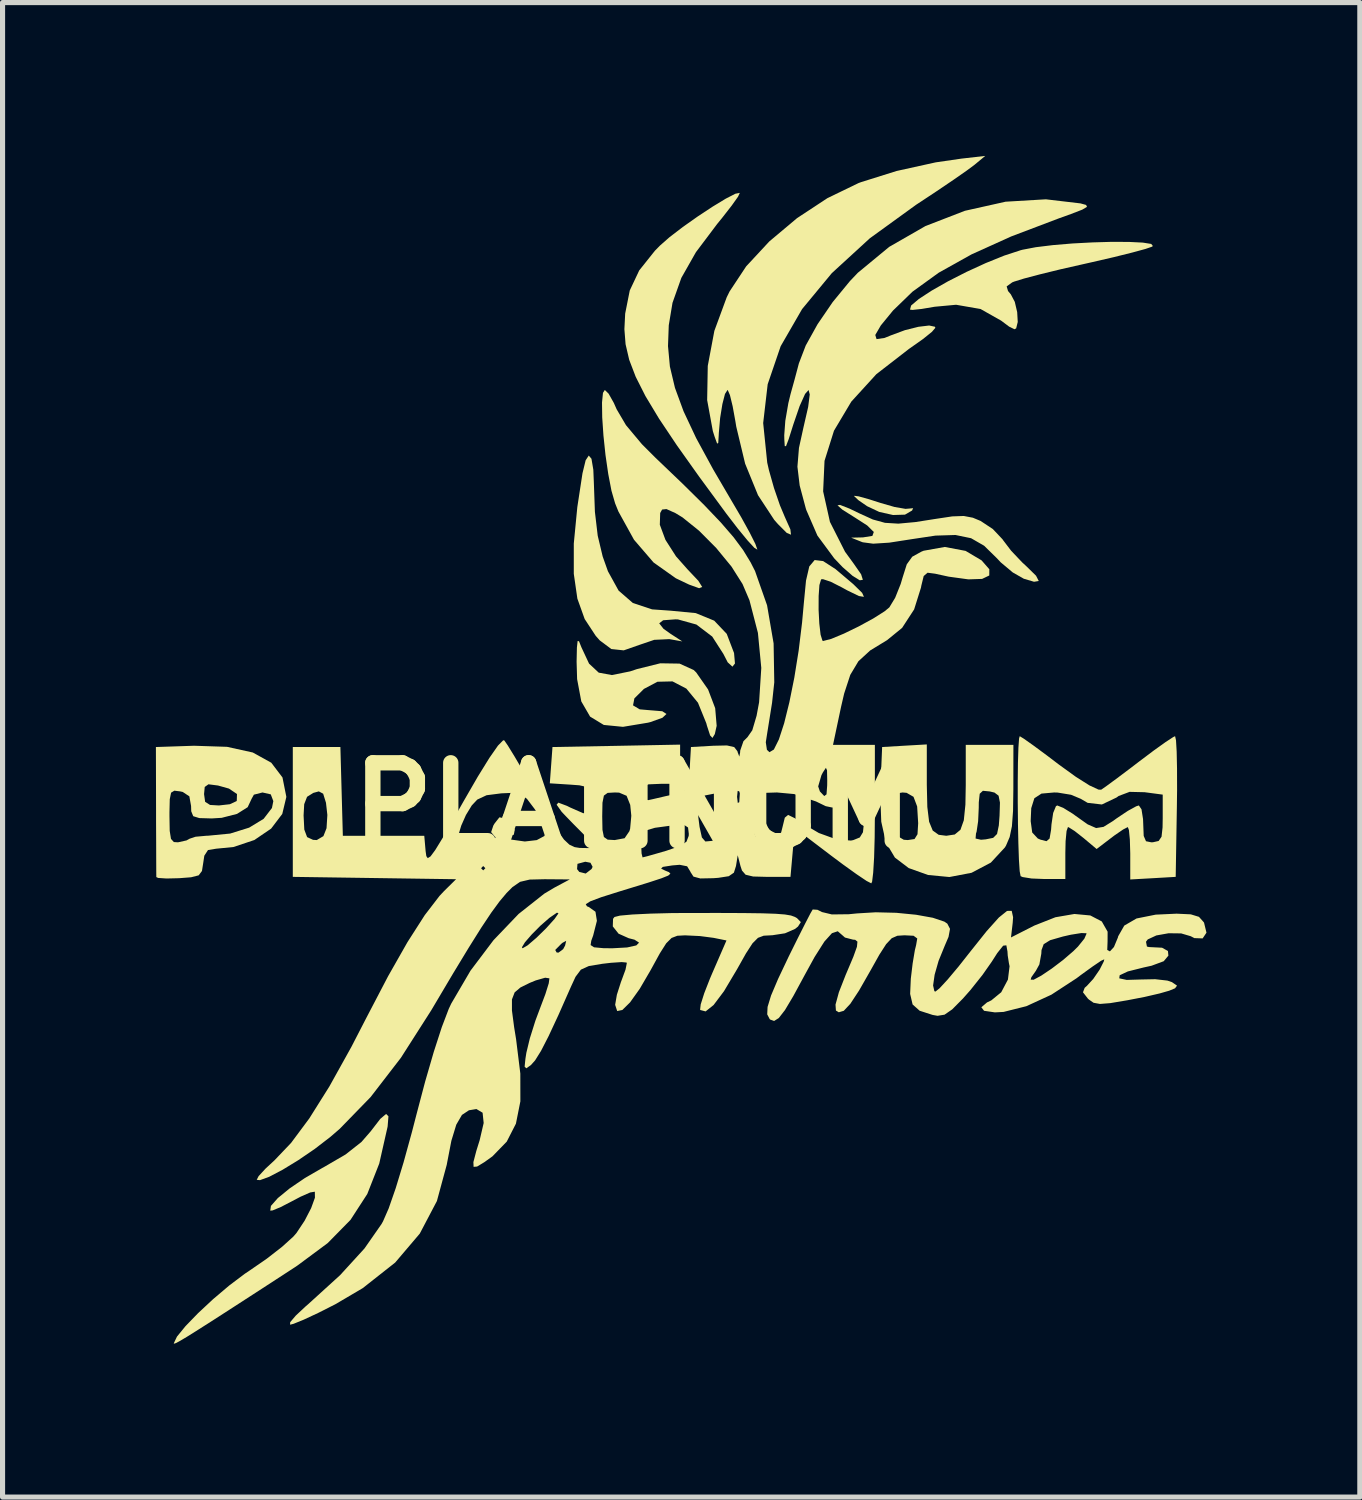
<source format=kicad_pcb>
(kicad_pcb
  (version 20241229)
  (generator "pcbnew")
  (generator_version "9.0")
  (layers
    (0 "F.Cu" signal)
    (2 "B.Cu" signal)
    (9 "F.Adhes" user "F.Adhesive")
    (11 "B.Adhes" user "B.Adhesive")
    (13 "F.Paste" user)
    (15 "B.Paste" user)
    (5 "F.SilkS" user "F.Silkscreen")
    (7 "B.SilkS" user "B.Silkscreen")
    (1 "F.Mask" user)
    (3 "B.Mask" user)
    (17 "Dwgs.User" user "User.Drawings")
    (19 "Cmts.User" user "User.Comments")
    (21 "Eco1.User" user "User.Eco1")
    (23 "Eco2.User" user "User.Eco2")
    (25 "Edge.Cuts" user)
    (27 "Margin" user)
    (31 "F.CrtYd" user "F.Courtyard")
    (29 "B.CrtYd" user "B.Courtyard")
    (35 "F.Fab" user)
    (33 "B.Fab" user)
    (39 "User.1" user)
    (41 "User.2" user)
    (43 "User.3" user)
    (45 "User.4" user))
  (footprint "PLATINUM"
    (layer "F.Cu")
    (at 9.324 12.707)
    (property "Reference" "PLATINUM" (at 0 0 0) (layer "F.SilkS") (effects (font (size 1.524 1.524) (thickness 0.3))))
    (attr board_only exclude_from_pos_files exclude_from_bom)
    (fp_poly (pts (xy 4.149 0.635) (xy 4.106 0.677) (xy 4.064 0.635) (xy 4.106 0.593)) (stroke (width 0) (type solid)) (fill yes) (layer "F.SilkS"))
    (fp_poly (pts (xy 4.423 -6.047) (xy 4.624 -5.991) (xy 4.852 -5.918) (xy 5.126 -5.839) (xy 5.341 -5.802) (xy 5.436 -5.81) (xy 5.489 -5.816) (xy 5.469 -5.77) (xy 5.33 -5.689) (xy 5.096 -5.682) (xy 4.825 -5.743) (xy 4.59 -5.854) (xy 4.419 -5.972) (xy 4.337 -6.049) (xy 4.336 -6.058)) (stroke (width 0) (type solid)) (fill yes) (layer "F.SilkS"))
    (fp_poly (pts (xy -1.047 -3.212) (xy -0.999 -3.092) (xy -0.998 -3.09) (xy -0.85 -2.774) (xy -0.661 -2.598) (xy -0.403 -2.551) (xy -0.047 -2.623) (xy 0.085 -2.667) (xy 0.543 -2.781) (xy 0.92 -2.775) (xy 1.196 -2.65) (xy 1.245 -2.603) (xy 1.478 -2.269) (xy 1.617 -1.903) (xy 1.646 -1.558) (xy 1.61 -1.397) (xy 1.564 -1.321) (xy 1.518 -1.37) (xy 1.455 -1.563) (xy 1.443 -1.609) (xy 1.28 -2.01) (xy 1.053 -2.286) (xy 0.782 -2.427) (xy 0.488 -2.42) (xy 0.223 -2.28) (xy 0.036 -2.094) (xy 0.01 -1.958) (xy 0.141 -1.88) (xy 0.339 -1.863) (xy 0.582 -1.843) (xy 0.664 -1.79) (xy 0.586 -1.716) (xy 0.35 -1.631) (xy 0.301 -1.619) (xy -0.187 -1.538) (xy -0.562 -1.575) (xy -0.83 -1.738) (xy -1.002 -2.035) (xy -1.084 -2.471) (xy -1.094 -2.812) (xy -1.088 -3.09) (xy -1.074 -3.217)) (stroke (width 0) (type solid)) (fill yes) (layer "F.SilkS"))
    (fp_poly (pts (xy 4.245 -5.807) (xy 4.442 -5.712) (xy 4.702 -5.594) (xy 4.939 -5.529) (xy 5.2 -5.513) (xy 5.534 -5.544) (xy 5.923 -5.605) (xy 6.255 -5.655) (xy 6.48 -5.663) (xy 6.658 -5.629) (xy 6.809 -5.566) (xy 7.049 -5.407) (xy 7.237 -5.208) (xy 7.25 -5.189) (xy 7.406 -4.984) (xy 7.623 -4.755) (xy 7.698 -4.686) (xy 7.894 -4.494) (xy 7.947 -4.391) (xy 7.855 -4.376) (xy 7.655 -4.435) (xy 7.439 -4.558) (xy 7.203 -4.756) (xy 7.122 -4.842) (xy 6.878 -5.081) (xy 6.623 -5.228) (xy 6.318 -5.291) (xy 5.927 -5.279) (xy 5.473 -5.211) (xy 5.022 -5.141) (xy 4.708 -5.121) (xy 4.506 -5.148) (xy 4.485 -5.155) (xy 4.276 -5.239) (xy 4.508 -5.244) (xy 4.692 -5.273) (xy 4.72 -5.35) (xy 4.59 -5.478) (xy 4.354 -5.63) (xy 4.106 -5.786) (xy 4.01 -5.871) (xy 4.058 -5.88)) (stroke (width 0) (type solid)) (fill yes) (layer "F.SilkS"))
    (fp_poly (pts (xy -0.803 -6.782) (xy -0.767 -6.568) (xy -0.757 -6.329) (xy -0.736 -5.745) (xy -0.681 -5.277) (xy -0.584 -4.871) (xy -0.481 -4.581) (xy -0.273 -4.204) (xy 0.006 -3.961) (xy 0.383 -3.836) (xy 0.748 -3.81) (xy 1.237 -3.763) (xy 1.598 -3.615) (xy 1.843 -3.357) (xy 1.986 -2.982) (xy 2.004 -2.777) (xy 1.955 -2.715) (xy 1.862 -2.8) (xy 1.777 -2.965) (xy 1.559 -3.304) (xy 1.25 -3.539) (xy 0.89 -3.639) (xy 0.84 -3.641) (xy 0.599 -3.623) (xy 0.522 -3.563) (xy 0.606 -3.456) (xy 0.741 -3.36) (xy 0.974 -3.209) (xy 0.72 -3.254) (xy 0.425 -3.24) (xy 0.137 -3.142) (xy -0.172 -3.034) (xy -0.415 -3.06) (xy -0.641 -3.229) (xy -0.72 -3.318) (xy -0.936 -3.647) (xy -1.079 -4.046) (xy -1.149 -4.532) (xy -1.149 -5.123) (xy -1.08 -5.837) (xy -0.979 -6.498) (xy -0.917 -6.753) (xy -0.856 -6.845)) (stroke (width 0) (type solid)) (fill yes) (layer "F.SilkS"))
    (fp_poly (pts (xy 2.064 -11.909) (xy 1.941 -11.736) (xy 1.754 -11.496) (xy 1.654 -11.373) (xy 1.24 -10.823) (xy 0.955 -10.321) (xy 0.782 -9.833) (xy 0.709 -9.394) (xy 0.694 -8.987) (xy 0.731 -8.587) (xy 0.83 -8.17) (xy 0.998 -7.712) (xy 1.244 -7.188) (xy 1.578 -6.574) (xy 1.921 -5.988) (xy 2.127 -5.637) (xy 2.293 -5.336) (xy 2.403 -5.117) (xy 2.441 -5.009) (xy 2.441 -5.005) (xy 2.383 -5.04) (xy 2.247 -5.188) (xy 2.053 -5.425) (xy 1.838 -5.705) (xy 1.302 -6.434) (xy 0.865 -7.049) (xy 0.518 -7.568) (xy 0.253 -8.008) (xy 0.062 -8.386) (xy -0.065 -8.718) (xy -0.136 -9.023) (xy -0.159 -9.317) (xy -0.144 -9.618) (xy -0.144 -9.621) (xy -0.054 -10.075) (xy 0.131 -10.467) (xy 0.438 -10.852) (xy 0.536 -10.952) (xy 0.726 -11.119) (xy 0.983 -11.316) (xy 1.275 -11.522) (xy 1.566 -11.714) (xy 1.823 -11.87) (xy 2.012 -11.967) (xy 2.099 -11.984)) (stroke (width 0) (type solid)) (fill yes) (layer "F.SilkS"))
    (fp_poly (pts (xy 9.718 -11.024) (xy 9.983 -11.011) (xy 10.147 -10.985) (xy 10.18 -10.944) (xy 10.16 -10.93) (xy 10.035 -10.887) (xy 9.778 -10.817) (xy 9.421 -10.728) (xy 8.997 -10.63) (xy 8.811 -10.588) (xy 8.366 -10.487) (xy 7.97 -10.39) (xy 7.659 -10.308) (xy 7.465 -10.248) (xy 7.428 -10.233) (xy 7.319 -10.154) (xy 7.346 -10.064) (xy 7.401 -9.998) (xy 7.478 -9.852) (xy 7.525 -9.651) (xy 7.536 -9.458) (xy 7.505 -9.333) (xy 7.472 -9.316) (xy 7.368 -9.367) (xy 7.21 -9.485) (xy 6.808 -9.712) (xy 6.33 -9.795) (xy 5.91 -9.756) (xy 5.655 -9.713) (xy 5.478 -9.694) (xy 5.428 -9.7) (xy 5.45 -9.78) (xy 5.601 -9.908) (xy 5.851 -10.071) (xy 6.171 -10.253) (xy 6.534 -10.438) (xy 6.911 -10.611) (xy 7.272 -10.757) (xy 7.59 -10.861) (xy 7.627 -10.871) (xy 7.889 -10.921) (xy 8.224 -10.962) (xy 8.604 -10.994) (xy 8.999 -11.015) (xy 9.38 -11.026)) (stroke (width 0) (type solid)) (fill yes) (layer "F.SilkS"))
    (fp_poly (pts (xy -4.775 6.081) (xy -4.79 6.27) (xy -4.792 6.287) (xy -4.955 7.006) (xy -5.189 7.601) (xy -5.517 8.107) (xy -5.963 8.561) (xy -6.552 8.998) (xy -6.604 9.033) (xy -7.253 9.455) (xy -7.775 9.793) (xy -8.181 10.055) (xy -8.487 10.25) (xy -8.705 10.387) (xy -8.849 10.473) (xy -8.933 10.518) (xy -8.969 10.529) (xy -8.975 10.523) (xy -8.912 10.391) (xy -8.744 10.185) (xy -8.498 9.931) (xy -8.205 9.658) (xy -7.892 9.393) (xy -7.589 9.164) (xy -7.483 9.093) (xy -7.153 8.865) (xy -6.856 8.634) (xy -6.637 8.436) (xy -6.575 8.365) (xy -6.415 8.124) (xy -6.287 7.877) (xy -6.213 7.673) (xy -6.215 7.558) (xy -6.216 7.556) (xy -6.306 7.571) (xy -6.494 7.654) (xy -6.655 7.739) (xy -6.881 7.856) (xy -7.04 7.922) (xy -7.087 7.927) (xy -7.074 7.834) (xy -6.939 7.681) (xy -6.708 7.492) (xy -6.409 7.288) (xy -6.068 7.091) (xy -6.052 7.083) (xy -5.614 6.828) (xy -5.304 6.584) (xy -5.123 6.376) (xy -4.935 6.132) (xy -4.821 6.035)) (stroke (width 0) (type solid)) (fill yes) (layer "F.SilkS"))
    (fp_poly (pts (xy 6.689 -12.532) (xy 6.538 -12.42) (xy 6.28 -12.24) (xy 5.949 -12.016) (xy 5.581 -11.773) (xy 5.546 -11.75) (xy 4.642 -11.095) (xy 3.899 -10.414) (xy 3.317 -9.71) (xy 2.898 -8.984) (xy 2.644 -8.24) (xy 2.556 -7.481) (xy 2.635 -6.707) (xy 2.668 -6.562) (xy 2.768 -6.208) (xy 2.884 -5.871) (xy 2.98 -5.643) (xy 3.088 -5.401) (xy 3.1 -5.297) (xy 3.018 -5.331) (xy 2.844 -5.505) (xy 2.772 -5.587) (xy 2.455 -6.069) (xy 2.203 -6.686) (xy 2.029 -7.412) (xy 2.013 -7.511) (xy 1.959 -7.808) (xy 1.906 -8.027) (xy 1.863 -8.126) (xy 1.859 -8.128) (xy 1.809 -8.051) (xy 1.758 -7.853) (xy 1.714 -7.581) (xy 1.688 -7.283) (xy 1.686 -7.239) (xy 1.677 -7.091) (xy 1.655 -7.079) (xy 1.606 -7.214) (xy 1.571 -7.324) (xy 1.46 -7.93) (xy 1.472 -8.599) (xy 1.601 -9.285) (xy 1.842 -9.94) (xy 1.899 -10.056) (xy 2.223 -10.546) (xy 2.676 -11.034) (xy 3.219 -11.49) (xy 3.813 -11.881) (xy 4.42 -12.175) (xy 4.471 -12.194) (xy 5.166 -12.412) (xy 5.932 -12.581) (xy 6.435 -12.654) (xy 6.9 -12.707)) (stroke (width 0) (type solid)) (fill yes) (layer "F.SilkS"))
    (fp_poly (pts (xy 5.757 -0.402) (xy 5.767 0.029) (xy 5.802 0.318) (xy 5.873 0.491) (xy 5.989 0.574) (xy 6.138 0.593) (xy 6.304 0.568) (xy 6.415 0.476) (xy 6.481 0.29) (xy 6.512 -0.015) (xy 6.519 -0.398) (xy 6.519 -1.185) (xy 7.451 -1.185) (xy 7.45 -0.318) (xy 7.444 0.108) (xy 7.422 0.407) (xy 7.378 0.618) (xy 7.307 0.784) (xy 7.285 0.821) (xy 7.01 1.118) (xy 6.633 1.317) (xy 6.199 1.4) (xy 5.781 1.36) (xy 5.403 1.225) (xy 5.133 1.02) (xy 4.957 0.725) (xy 4.866 0.318) (xy 4.857 0.078) (xy 5.08 0.078) (xy 5.1 0.404) (xy 5.171 0.592) (xy 5.306 0.671) (xy 5.385 0.677) (xy 5.517 0.657) (xy 5.523 0.647) (xy 6.711 0.647) (xy 6.817 0.671) (xy 6.91 0.663) (xy 7.055 0.634) (xy 7.131 0.558) (xy 7.166 0.39) (xy 7.18 0.201) (xy 7.188 -0.056) (xy 7.161 -0.191) (xy 7.081 -0.252) (xy 6.989 -0.274) (xy 6.854 -0.287) (xy 6.792 -0.229) (xy 6.774 -0.06) (xy 6.773 0.047) (xy 6.761 0.308) (xy 6.731 0.513) (xy 6.719 0.55) (xy 6.711 0.647) (xy 5.523 0.647) (xy 5.575 0.563) (xy 5.588 0.349) (xy 5.588 0.346) (xy 5.568 0.019) (xy 5.497 -0.169) (xy 5.362 -0.247) (xy 5.283 -0.254) (xy 5.151 -0.233) (xy 5.093 -0.14) (xy 5.08 0.074) (xy 5.08 0.078) (xy 4.857 0.078) (xy 4.846 -0.222) (xy 4.851 -0.366) (xy 4.883 -1.143) (xy 5.32 -1.169) (xy 5.757 -1.194)) (stroke (width 0) (type solid)) (fill yes) (layer "F.SilkS"))
    (fp_poly (pts (xy 8.763 -11.778) (xy 8.873 -11.748) (xy 8.891 -11.711) (xy 8.799 -11.656) (xy 8.577 -11.57) (xy 8.34 -11.485) (xy 7.407 -11.131) (xy 6.629 -10.779) (xy 5.99 -10.422) (xy 5.477 -10.051) (xy 5.096 -9.682) (xy 4.857 -9.39) (xy 4.749 -9.204) (xy 4.774 -9.123) (xy 4.93 -9.146) (xy 5.059 -9.198) (xy 5.329 -9.298) (xy 5.593 -9.364) (xy 5.803 -9.389) (xy 5.916 -9.365) (xy 5.924 -9.344) (xy 5.857 -9.265) (xy 5.683 -9.125) (xy 5.438 -8.952) (xy 5.409 -8.932) (xy 4.77 -8.437) (xy 4.28 -7.9) (xy 3.941 -7.331) (xy 3.756 -6.742) (xy 3.729 -6.144) (xy 3.862 -5.547) (xy 4.157 -4.964) (xy 4.325 -4.733) (xy 4.472 -4.522) (xy 4.506 -4.414) (xy 4.445 -4.405) (xy 4.307 -4.49) (xy 4.109 -4.663) (xy 3.946 -4.834) (xy 3.617 -5.279) (xy 3.399 -5.781) (xy 3.388 -5.817) (xy 3.27 -6.259) (xy 3.226 -6.627) (xy 3.256 -6.995) (xy 3.344 -7.395) (xy 3.436 -7.796) (xy 3.467 -8.041) (xy 3.444 -8.127) (xy 3.376 -8.051) (xy 3.269 -7.813) (xy 3.145 -7.451) (xy 3.055 -7.166) (xy 3.003 -7.03) (xy 2.978 -7.03) (xy 2.97 -7.151) (xy 2.968 -7.242) (xy 2.989 -7.526) (xy 3.048 -7.869) (xy 3.091 -8.046) (xy 3.169 -8.327) (xy 3.23 -8.556) (xy 3.254 -8.647) (xy 3.388 -8.997) (xy 3.619 -9.413) (xy 3.917 -9.849) (xy 4.253 -10.258) (xy 4.408 -10.421) (xy 5.022 -10.928) (xy 5.731 -11.335) (xy 6.501 -11.633) (xy 7.298 -11.811) (xy 8.086 -11.858)) (stroke (width 0) (type solid)) (fill yes) (layer "F.SilkS"))
    (fp_poly (pts (xy -7.933 -1.147) (xy -7.429 -1.036) (xy -7.067 -0.836) (xy -6.848 -0.548) (xy -6.773 -0.172) (xy -6.773 -0.164) (xy -6.852 0.166) (xy -7.07 0.453) (xy -7.398 0.676) (xy -7.806 0.813) (xy -8.144 0.846) (xy -8.305 0.872) (xy -8.377 0.983) (xy -8.398 1.122) (xy -8.423 1.282) (xy -8.487 1.367) (xy -8.636 1.405) (xy -8.869 1.423) (xy -9.117 1.429) (xy -9.28 1.418) (xy -9.316 1.401) (xy -9.317 1.305) (xy -9.318 1.069) (xy -9.319 0.727) (xy -9.321 0.308) (xy -9.321 0.209) (xy -9.059 0.209) (xy -9.054 0.498) (xy -9.029 0.654) (xy -8.973 0.716) (xy -8.892 0.721) (xy -8.725 0.684) (xy -8.666 0.651) (xy -8.549 0.612) (xy -8.34 0.593) (xy -8.304 0.592) (xy -7.872 0.55) (xy -7.5 0.434) (xy -7.217 0.262) (xy -7.054 0.05) (xy -7.027 -0.085) (xy -7.077 -0.217) (xy -7.239 -0.254) (xy -7.407 -0.211) (xy -7.451 -0.132) (xy -7.529 0.034) (xy -7.737 0.165) (xy -8.037 0.242) (xy -8.232 0.254) (xy -8.475 0.247) (xy -8.594 0.21) (xy -8.633 0.114) (xy -8.636 0.01) (xy -8.67 -0.179) (xy -8.736 -0.222) (xy -8.382 -0.222) (xy -8.361 -0.071) (xy -8.265 -0.01) (xy -8.091 0) (xy -7.878 -0.024) (xy -7.748 -0.084) (xy -7.742 -0.092) (xy -7.738 -0.224) (xy -7.895 -0.33) (xy -8.109 -0.39) (xy -8.296 -0.414) (xy -8.369 -0.362) (xy -8.382 -0.222) (xy -8.736 -0.222) (xy -8.799 -0.264) (xy -8.848 -0.275) (xy -8.963 -0.289) (xy -9.027 -0.25) (xy -9.053 -0.122) (xy -9.059 0.131) (xy -9.059 0.209) (xy -9.321 0.209) (xy -9.321 0.106) (xy -9.324 -1.143) (xy -8.578 -1.168)) (stroke (width 0) (type solid)) (fill yes) (layer "F.SilkS"))
    (fp_poly (pts (xy 10.632 -1.275) (xy 10.645 -1.054) (xy 10.652 -0.719) (xy 10.653 -0.3) (xy 10.649 0.021) (xy 10.626 1.397) (xy 10.181 1.423) (xy 9.737 1.448) (xy 9.737 0.936) (xy 9.729 0.666) (xy 9.711 0.481) (xy 9.689 0.423) (xy 9.598 0.47) (xy 9.427 0.587) (xy 9.36 0.638) (xy 9.079 0.852) (xy 8.824 0.638) (xy 8.65 0.501) (xy 8.533 0.427) (xy 8.518 0.423) (xy 8.491 0.5) (xy 8.472 0.7) (xy 8.467 0.931) (xy 8.467 1.439) (xy 8.057 1.439) (xy 7.807 1.429) (xy 7.632 1.401) (xy 7.592 1.383) (xy 7.574 1.287) (xy 7.559 1.059) (xy 7.548 0.735) (xy 7.54 0.349) (xy 7.54 0.306) (xy 7.789 0.306) (xy 7.819 0.529) (xy 7.928 0.646) (xy 7.98 0.669) (xy 8.099 0.699) (xy 8.159 0.647) (xy 8.188 0.476) (xy 8.196 0.37) (xy 8.229 0.147) (xy 8.283 0.015) (xy 8.308 0) (xy 8.426 0.047) (xy 8.612 0.162) (xy 8.663 0.199) (xy 8.904 0.37) (xy 9.069 0.442) (xy 9.214 0.419) (xy 9.398 0.305) (xy 9.471 0.252) (xy 9.688 0.107) (xy 9.854 0.016) (xy 9.905 0) (xy 9.957 0.075) (xy 9.987 0.266) (xy 9.991 0.367) (xy 10 0.596) (xy 10.045 0.7) (xy 10.149 0.721) (xy 10.181 0.72) (xy 10.292 0.695) (xy 10.349 0.612) (xy 10.369 0.43) (xy 10.372 0.247) (xy 10.372 -0.212) (xy 10.018 -0.259) (xy 9.724 -0.266) (xy 9.509 -0.185) (xy 9.468 -0.155) (xy 9.182 -0.019) (xy 8.903 -0.051) (xy 8.768 -0.13) (xy 8.579 -0.209) (xy 8.317 -0.252) (xy 8.248 -0.254) (xy 8 -0.232) (xy 7.861 -0.141) (xy 7.8 0.053) (xy 7.789 0.306) (xy 7.54 0.306) (xy 7.536 -0.064) (xy 7.536 -0.472) (xy 7.54 -0.838) (xy 7.549 -1.129) (xy 7.562 -1.311) (xy 7.575 -1.355) (xy 7.655 -1.306) (xy 7.839 -1.176) (xy 8.099 -0.984) (xy 8.34 -0.801) (xy 8.673 -0.56) (xy 8.939 -0.392) (xy 9.116 -0.31) (xy 9.168 -0.308) (xy 9.277 -0.384) (xy 9.485 -0.537) (xy 9.755 -0.74) (xy 9.913 -0.861) (xy 10.196 -1.074) (xy 10.428 -1.24) (xy 10.578 -1.338) (xy 10.614 -1.355)) (stroke (width 0) (type solid)) (fill yes) (layer "F.SilkS"))
    (fp_poly (pts (xy 3.618 2.041) (xy 3.708 2.086) (xy 3.9 2.132) (xy 4.229 2.128) (xy 4.392 2.112) (xy 4.759 2.09) (xy 5.159 2.1) (xy 5.546 2.138) (xy 5.875 2.197) (xy 6.101 2.273) (xy 6.158 2.312) (xy 6.211 2.414) (xy 6.182 2.571) (xy 6.104 2.754) (xy 5.987 3.041) (xy 5.91 3.311) (xy 5.88 3.522) (xy 5.905 3.633) (xy 5.926 3.641) (xy 6.006 3.577) (xy 6.165 3.405) (xy 6.378 3.151) (xy 6.61 2.857) (xy 6.93 2.456) (xy 7.167 2.192) (xy 7.327 2.063) (xy 7.418 2.062) (xy 7.445 2.186) (xy 7.437 2.299) (xy 7.404 2.582) (xy 7.862 2.349) (xy 8.273 2.187) (xy 8.645 2.123) (xy 8.956 2.152) (xy 9.18 2.269) (xy 9.294 2.469) (xy 9.293 2.667) (xy 9.287 2.826) (xy 9.339 2.855) (xy 9.418 2.769) (xy 9.495 2.584) (xy 9.501 2.559) (xy 9.62 2.35) (xy 9.86 2.211) (xy 10.235 2.136) (xy 10.644 2.117) (xy 10.921 2.13) (xy 11.081 2.179) (xy 11.174 2.283) (xy 11.181 2.295) (xy 11.228 2.489) (xy 11.153 2.601) (xy 10.991 2.595) (xy 10.92 2.558) (xy 10.733 2.503) (xy 10.487 2.5) (xy 10.247 2.543) (xy 10.079 2.621) (xy 10.045 2.666) (xy 10.063 2.76) (xy 10.103 2.77) (xy 10.359 2.783) (xy 10.474 2.847) (xy 10.483 2.938) (xy 10.392 3.047) (xy 10.155 3.135) (xy 9.997 3.17) (xy 9.69 3.247) (xy 9.53 3.322) (xy 9.522 3.382) (xy 9.668 3.413) (xy 9.936 3.405) (xy 10.225 3.399) (xy 10.463 3.426) (xy 10.552 3.456) (xy 10.652 3.525) (xy 10.613 3.577) (xy 10.499 3.624) (xy 10.31 3.678) (xy 10.017 3.746) (xy 9.681 3.811) (xy 9.669 3.813) (xy 9.346 3.867) (xy 9.144 3.883) (xy 9.019 3.86) (xy 8.928 3.797) (xy 8.907 3.777) (xy 8.812 3.655) (xy 8.845 3.568) (xy 8.89 3.528) (xy 9.013 3.394) (xy 9.138 3.212) (xy 9.219 3.052) (xy 9.229 3.01) (xy 9.167 3.038) (xy 9.003 3.149) (xy 8.768 3.319) (xy 8.686 3.381) (xy 8.194 3.702) (xy 7.705 3.927) (xy 7.259 4.039) (xy 7.089 4.048) (xy 6.877 4.017) (xy 6.824 3.948) (xy 6.935 3.853) (xy 7.019 3.813) (xy 7.213 3.654) (xy 7.343 3.408) (xy 7.789 3.408) (xy 7.848 3.409) (xy 7.998 3.328) (xy 8.203 3.19) (xy 8.424 3.022) (xy 8.624 2.85) (xy 8.714 2.761) (xy 8.839 2.606) (xy 8.882 2.508) (xy 8.879 2.5) (xy 8.781 2.496) (xy 8.574 2.529) (xy 8.42 2.564) (xy 8.17 2.636) (xy 8.044 2.713) (xy 8.001 2.829) (xy 7.997 2.9) (xy 7.959 3.11) (xy 7.891 3.234) (xy 7.802 3.361) (xy 7.789 3.408) (xy 7.343 3.408) (xy 7.344 3.406) (xy 7.376 3.145) (xy 7.364 3.09) (xy 7.34 2.936) (xy 7.335 2.857) (xy 7.313 2.736) (xy 7.251 2.743) (xy 7.136 2.887) (xy 7.028 3.056) (xy 6.845 3.317) (xy 6.609 3.613) (xy 6.464 3.777) (xy 6.254 3.989) (xy 6.104 4.093) (xy 5.967 4.115) (xy 5.871 4.098) (xy 5.617 4.016) (xy 5.479 3.893) (xy 5.431 3.687) (xy 5.444 3.39) (xy 5.48 3.09) (xy 5.523 2.833) (xy 5.548 2.731) (xy 5.57 2.602) (xy 5.498 2.549) (xy 5.321 2.54) (xy 5.181 2.549) (xy 5.071 2.597) (xy 4.963 2.711) (xy 4.829 2.919) (xy 4.66 3.221) (xy 4.432 3.62) (xy 4.261 3.88) (xy 4.133 4.017) (xy 4.035 4.046) (xy 3.979 4.012) (xy 3.971 3.896) (xy 4.037 3.654) (xy 4.17 3.314) (xy 4.185 3.279) (xy 4.32 2.96) (xy 4.39 2.765) (xy 4.4 2.664) (xy 4.356 2.628) (xy 4.314 2.625) (xy 4.156 2.584) (xy 4.106 2.54) (xy 4.015 2.461) (xy 3.901 2.499) (xy 3.753 2.663) (xy 3.561 2.966) (xy 3.368 3.318) (xy 3.146 3.728) (xy 2.982 4.003) (xy 2.861 4.159) (xy 2.77 4.216) (xy 2.694 4.189) (xy 2.683 4.179) (xy 2.635 4.087) (xy 2.642 3.941) (xy 2.71 3.718) (xy 2.847 3.395) (xy 3.055 2.956) (xy 3.229 2.605) (xy 3.376 2.313) (xy 3.48 2.112) (xy 3.525 2.035)) (stroke (width 0) (type solid)) (fill yes) (layer "F.SilkS"))
    (fp_poly (pts (xy -0.468 -8.056) (xy -0.366 -7.875) (xy -0.311 -7.751) (xy -0.128 -7.44) (xy 0.183 -7.068) (xy 0.451 -6.8) (xy 0.982 -6.292) (xy 1.402 -5.877) (xy 1.728 -5.535) (xy 1.977 -5.247) (xy 2.165 -4.994) (xy 2.31 -4.756) (xy 2.397 -4.585) (xy 2.632 -3.916) (xy 2.76 -3.17) (xy 2.773 -2.408) (xy 2.73 -2.01) (xy 2.678 -1.684) (xy 2.634 -1.409) (xy 2.608 -1.242) (xy 2.607 -1.237) (xy 2.629 -1.089) (xy 2.679 -1.042) (xy 2.765 -1.094) (xy 2.863 -1.291) (xy 2.966 -1.607) (xy 3.068 -2.018) (xy 3.165 -2.5) (xy 3.25 -3.029) (xy 3.317 -3.58) (xy 3.352 -3.965) (xy 3.394 -4.4) (xy 3.458 -4.676) (xy 3.563 -4.801) (xy 3.728 -4.781) (xy 3.971 -4.624) (xy 4.311 -4.336) (xy 4.318 -4.33) (xy 4.492 -4.159) (xy 4.527 -4.081) (xy 4.429 -4.097) (xy 4.2 -4.208) (xy 4.091 -4.268) (xy 3.876 -4.377) (xy 3.725 -4.427) (xy 3.689 -4.423) (xy 3.656 -4.312) (xy 3.641 -4.096) (xy 3.64 -3.828) (xy 3.654 -3.559) (xy 3.679 -3.341) (xy 3.715 -3.225) (xy 3.727 -3.217) (xy 3.886 -3.258) (xy 4.136 -3.362) (xy 4.428 -3.504) (xy 4.71 -3.658) (xy 4.931 -3.798) (xy 5.024 -3.875) (xy 5.138 -4.063) (xy 5.246 -4.333) (xy 5.283 -4.458) (xy 5.365 -4.717) (xy 5.472 -4.866) (xy 5.651 -4.965) (xy 5.695 -4.983) (xy 6.109 -5.057) (xy 6.516 -4.98) (xy 6.829 -4.794) (xy 6.98 -4.621) (xy 6.979 -4.499) (xy 6.839 -4.432) (xy 6.57 -4.423) (xy 6.184 -4.476) (xy 5.918 -4.534) (xy 5.772 -4.553) (xy 5.696 -4.488) (xy 5.65 -4.301) (xy 5.643 -4.262) (xy 5.509 -3.835) (xy 5.274 -3.474) (xy 4.98 -3.234) (xy 4.649 -3.032) (xy 4.419 -2.821) (xy 4.26 -2.555) (xy 4.14 -2.189) (xy 4.079 -1.926) (xy 3.922 -1.185) (xy 4.741 -1.185) (xy 4.741 0.169) (xy 4.737 0.627) (xy 4.726 1.018) (xy 4.708 1.315) (xy 4.687 1.49) (xy 4.671 1.524) (xy 4.578 1.476) (xy 4.383 1.345) (xy 4.117 1.154) (xy 3.888 0.983) (xy 3.175 0.441) (xy 3.09 1.397) (xy 2.628 1.397) (xy 2.359 1.39) (xy 2.212 1.355) (xy 2.141 1.273) (xy 2.112 1.185) (xy 2.058 0.974) (xy 2.024 1.185) (xy 1.983 1.315) (xy 1.883 1.384) (xy 1.677 1.416) (xy 1.581 1.423) (xy 1.326 1.428) (xy 1.192 1.392) (xy 1.134 1.302) (xy 1.131 1.293) (xy 1.068 1.19) (xy 0.923 1.161) (xy 0.778 1.173) (xy 0.592 1.202) (xy 0.559 1.235) (xy 0.635 1.273) (xy 0.713 1.305) (xy 0.741 1.335) (xy 0.698 1.372) (xy 0.563 1.426) (xy 0.316 1.507) (xy -0.065 1.624) (xy -0.251 1.681) (xy -0.612 1.795) (xy -0.827 1.876) (xy -0.915 1.932) (xy -0.891 1.973) (xy -0.855 1.987) (xy -0.725 2.079) (xy -0.697 2.257) (xy -0.77 2.544) (xy -0.807 2.646) (xy -0.82 2.731) (xy -0.753 2.775) (xy -0.57 2.792) (xy -0.395 2.794) (xy -0.106 2.778) (xy 0.074 2.738) (xy 0.128 2.684) (xy 0.039 2.626) (xy -0.075 2.597) (xy -0.274 2.508) (xy -0.386 2.366) (xy -0.381 2.218) (xy -0.353 2.182) (xy -0.246 2.155) (xy -0.001 2.133) (xy 0.352 2.116) (xy 0.78 2.105) (xy 1.026 2.104) (xy 1.67 2.103) (xy 2.166 2.105) (xy 2.536 2.11) (xy 2.801 2.119) (xy 2.982 2.133) (xy 3.1 2.153) (xy 3.177 2.181) (xy 3.217 2.204) (xy 3.293 2.282) (xy 3.237 2.369) (xy 3.18 2.415) (xy 2.983 2.501) (xy 2.729 2.54) (xy 2.713 2.54) (xy 2.566 2.548) (xy 2.454 2.59) (xy 2.348 2.696) (xy 2.22 2.893) (xy 2.041 3.211) (xy 2.033 3.224) (xy 1.789 3.634) (xy 1.586 3.904) (xy 1.43 4.029) (xy 1.327 4.002) (xy 1.322 3.995) (xy 1.334 3.891) (xy 1.403 3.673) (xy 1.516 3.384) (xy 1.559 3.283) (xy 1.838 2.641) (xy 1.586 2.59) (xy 1.318 2.555) (xy 1.027 2.541) (xy 1.027 2.541) (xy 0.877 2.549) (xy 0.764 2.592) (xy 0.659 2.697) (xy 0.534 2.894) (xy 0.359 3.213) (xy 0.357 3.217) (xy 0.141 3.587) (xy -0.048 3.852) (xy -0.199 4.001) (xy -0.3 4.022) (xy -0.339 3.903) (xy -0.339 3.895) (xy -0.306 3.702) (xy -0.227 3.455) (xy -0.211 3.413) (xy -0.137 3.211) (xy -0.112 3.086) (xy -0.116 3.073) (xy -0.212 3.064) (xy -0.421 3.078) (xy -0.593 3.098) (xy -0.856 3.142) (xy -1.01 3.212) (xy -1.115 3.352) (xy -1.205 3.547) (xy -1.449 4.099) (xy -1.641 4.511) (xy -1.79 4.801) (xy -1.906 4.987) (xy -1.988 5.079) (xy -2.078 5.142) (xy -2.111 5.11) (xy -2.095 4.954) (xy -2.077 4.839) (xy -2.009 4.557) (xy -1.9 4.21) (xy -1.808 3.964) (xy -1.705 3.691) (xy -1.639 3.48) (xy -1.626 3.382) (xy -1.709 3.37) (xy -1.894 3.423) (xy -2.011 3.471) (xy -2.193 3.561) (xy -2.306 3.657) (xy -2.359 3.795) (xy -2.359 4.011) (xy -2.316 4.338) (xy -2.278 4.572) (xy -2.195 5.245) (xy -2.194 5.788) (xy -2.281 6.225) (xy -2.461 6.577) (xy -2.741 6.865) (xy -2.9 6.979) (xy -3.04 7.064) (xy -3.109 7.07) (xy -3.113 6.977) (xy -3.056 6.759) (xy -2.99 6.547) (xy -2.912 6.212) (xy -2.933 6.011) (xy -3.054 5.939) (xy -3.2 5.963) (xy -3.337 6.054) (xy -3.448 6.245) (xy -3.544 6.56) (xy -3.633 7.02) (xy -3.633 7.024) (xy -3.827 7.739) (xy -4.162 8.376) (xy -4.643 8.942) (xy -5.277 9.442) (xy -5.814 9.758) (xy -6.148 9.927) (xy -6.433 10.06) (xy -6.632 10.141) (xy -6.699 10.158) (xy -6.697 10.108) (xy -6.587 9.979) (xy -6.39 9.795) (xy -6.35 9.761) (xy -5.721 9.189) (xy -5.244 8.667) (xy -4.91 8.188) (xy -4.881 8.136) (xy -4.77 7.882) (xy -4.633 7.488) (xy -4.479 6.982) (xy -4.315 6.387) (xy -4.229 6.054) (xy -4.057 5.402) (xy -3.888 4.82) (xy -3.731 4.336) (xy -3.595 3.979) (xy -3.547 3.877) (xy -3.169 3.231) (xy -2.864 2.827) (xy -1.512 2.827) (xy -1.485 2.876) (xy -1.448 2.879) (xy -1.357 2.811) (xy -1.319 2.74) (xy -1.298 2.648) (xy -1.37 2.687) (xy -1.395 2.708) (xy -1.512 2.827) (xy -2.864 2.827) (xy -2.825 2.775) (xy -2.164 2.775) (xy -2.151 2.794) (xy -2.053 2.737) (xy -1.88 2.589) (xy -1.69 2.403) (xy -1.525 2.22) (xy -1.449 2.111) (xy -1.477 2.097) (xy -1.482 2.1) (xy -1.626 2.199) (xy -1.801 2.352) (xy -1.971 2.523) (xy -2.104 2.676) (xy -2.164 2.775) (xy -2.825 2.775) (xy -2.719 2.635) (xy -2.228 2.122) (xy -1.727 1.726) (xy -1.524 1.605) (xy -1.228 1.447) (xy -1.719 1.443) (xy -2.011 1.45) (xy -2.199 1.494) (xy -2.349 1.597) (xy -2.465 1.714) (xy -2.601 1.876) (xy -2.763 2.097) (xy -2.961 2.394) (xy -3.206 2.785) (xy -3.51 3.286) (xy -3.884 3.917) (xy -3.938 4.008) (xy -4.531 4.936) (xy -5.124 5.705) (xy -5.728 6.326) (xy -5.912 6.485) (xy -6.216 6.719) (xy -6.538 6.939) (xy -6.846 7.127) (xy -7.107 7.264) (xy -7.288 7.33) (xy -7.352 7.324) (xy -7.315 7.252) (xy -7.18 7.105) (xy -7.006 6.944) (xy -6.68 6.602) (xy -6.323 6.122) (xy -5.931 5.498) (xy -5.499 4.721) (xy -5.204 4.149) (xy -4.782 3.341) (xy -4.401 2.671) (xy -4.064 2.145) (xy -3.776 1.77) (xy -3.686 1.674) (xy -3.452 1.443) (xy -5.049 1.42) (xy -6.646 1.397) (xy -6.646 1.228) (xy -2.963 1.228) (xy -2.921 1.27) (xy -2.896 1.245) (xy -1.085 1.245) (xy -1.042 1.3) (xy -0.916 1.332) (xy -0.801 1.243) (xy -0.781 1.201) (xy -0.823 1.121) (xy -0.924 1.101) (xy -1.077 1.142) (xy -1.085 1.245) (xy -2.896 1.245) (xy -2.879 1.228) (xy -2.921 1.185) (xy -2.963 1.228) (xy -6.646 1.228) (xy -6.646 0.195) (xy -6.435 0.195) (xy -6.421 0.472) (xy -6.366 0.619) (xy -6.25 0.673) (xy -6.177 0.677) (xy -6.047 0.6) (xy -5.986 0.445) (xy -5.97 0.186) (xy -5.997 -0.053) (xy -6.052 -0.23) (xy -6.137 -0.275) (xy -6.244 -0.246) (xy -6.367 -0.169) (xy -6.423 -0.025) (xy -6.435 0.195) (xy -6.646 0.195) (xy -6.646 -1.143) (xy -5.715 -1.143) (xy -5.691 -0.275) (xy -5.667 0.593) (xy -4.074 0.593) (xy -4.048 0.891) (xy -4.034 0.991) (xy -4.006 1.031) (xy -3.952 0.997) (xy -3.86 0.873) (xy -3.751 0.695) (xy -3.413 0.695) (xy -3.362 0.705) (xy -3.22 0.671) (xy -2.989 0.661) (xy -2.923 0.664) (xy -2.716 0.663) (xy -2.673 0.628) (xy -2.696 0.607) (xy -2.766 0.522) (xy -2.723 0.393) (xy -2.699 0.353) (xy -2.604 0.232) (xy -2.512 0.25) (xy -2.437 0.313) (xy -2.304 0.474) (xy -2.322 0.572) (xy -2.434 0.601) (xy -2.489 0.622) (xy -2.381 0.666) (xy -2.372 0.668) (xy -2.107 0.705) (xy -1.874 0.678) (xy -1.723 0.597) (xy -1.693 0.524) (xy -1.739 0.377) (xy -1.855 0.162) (xy -1.919 0.064) (xy -2.066 -0.13) (xy -2.196 -0.222) (xy -2.38 -0.245) (xy -2.567 -0.237) (xy -2.855 -0.2) (xy -3.037 -0.115) (xy -3.145 0) (xy -3.259 0.187) (xy -3.351 0.395) (xy -3.406 0.578) (xy -3.413 0.695) (xy -3.751 0.695) (xy -3.719 0.643) (xy -3.517 0.293) (xy -3.305 -0.082) (xy -3.026 -0.565) (xy -2.799 -0.932) (xy -2.632 -1.171) (xy -2.531 -1.274) (xy -2.509 -1.273) (xy -2.44 -1.173) (xy -2.306 -0.955) (xy -2.126 -0.648) (xy -1.918 -0.283) (xy -1.868 -0.195) (xy -1.637 0.21) (xy -1.468 0.489) (xy -1.341 0.667) (xy -1.235 0.767) (xy -1.132 0.815) (xy -1.034 0.831) (xy -0.848 0.834) (xy -0.763 0.806) (xy -0.762 0.802) (xy -0.791 0.759) (xy 0.169 0.759) (xy 0.177 0.939) (xy 0.196 1.016) (xy 0.196 1.016) (xy 0.286 0.994) (xy 0.486 0.937) (xy 0.662 0.886) (xy 0.922 0.796) (xy 1.055 0.709) (xy 1.099 0.595) (xy 1.101 0.555) (xy 1.086 0.431) (xy 1.011 0.382) (xy 0.829 0.386) (xy 0.741 0.396) (xy 0.438 0.437) (xy 0.266 0.489) (xy 0.189 0.575) (xy 0.17 0.718) (xy 0.169 0.759) (xy -0.791 0.759) (xy -0.818 0.719) (xy -0.965 0.556) (xy -1.152 0.368) (xy -1.303 0.212) (xy -0.593 0.212) (xy -0.588 0.478) (xy -0.56 0.617) (xy -0.486 0.669) (xy -0.348 0.677) (xy -0.155 0.641) (xy -0.061 0.503) (xy -0.047 0.455) (xy -0.026 0.227) (xy 1.287 0.227) (xy 1.311 0.418) (xy 1.357 0.626) (xy 1.425 0.705) (xy 1.556 0.693) (xy 1.593 0.684) (xy 1.731 0.629) (xy 1.803 0.526) (xy 1.837 0.324) (xy 1.845 0.198) (xy 1.846 0.185) (xy 2.336 0.185) (xy 2.351 0.415) (xy 2.403 0.601) (xy 2.519 0.67) (xy 2.636 0.677) (xy 2.82 0.648) (xy 2.908 0.526) (xy 2.934 0.423) (xy 2.979 0.239) (xy 3.044 0.185) (xy 3.174 0.249) (xy 3.29 0.33) (xy 3.645 0.539) (xy 3.989 0.664) (xy 4.272 0.687) (xy 4.318 0.678) (xy 4.446 0.626) (xy 4.508 0.524) (xy 4.529 0.323) (xy 4.53 0.206) (xy 4.522 -0.044) (xy 4.484 -0.172) (xy 4.39 -0.224) (xy 4.297 -0.238) (xy 4.128 -0.236) (xy 4.063 -0.196) (xy 4.021 -0.069) (xy 3.99 -0.015) (xy 3.914 0.042) (xy 3.78 0.014) (xy 3.59 -0.078) (xy 3.162 -0.223) (xy 2.826 -0.254) (xy 2.567 -0.246) (xy 2.43 -0.208) (xy 2.368 -0.12) (xy 2.352 -0.051) (xy 2.336 0.185) (xy 1.846 0.185) (xy 1.855 -0.054) (xy 1.833 -0.169) (xy 2.045 -0.169) (xy 2.059 -0.049) (xy 2.088 -0.064) (xy 2.099 -0.237) (xy 2.088 -0.275) (xy 2.057 -0.286) (xy 2.045 -0.169) (xy 1.833 -0.169) (xy 1.831 -0.18) (xy 1.748 -0.226) (xy 1.617 -0.235) (xy 1.409 -0.194) (xy 1.302 -0.046) (xy 1.287 0.227) (xy -0.026 0.227) (xy -0.024 0.199) (xy -0.045 -0.011) (xy -0.116 -0.189) (xy -0.262 -0.251) (xy -0.345 -0.254) (xy -0.487 -0.246) (xy -0.56 -0.193) (xy -0.588 -0.054) (xy -0.593 0.212) (xy -1.303 0.212) (xy -1.385 0.126) (xy -1.485 -0.015) (xy -1.451 -0.055) (xy -1.283 0.008) (xy -1.219 0.04) (xy -0.966 0.151) (xy -0.825 0.149) (xy -0.774 0.028) (xy -0.778 -0.106) (xy -0.805 -0.272) (xy -0.876 -0.357) (xy -1.038 -0.394) (xy -1.211 -0.407) (xy -1.618 -0.433) (xy -1.566 -1.143) (xy -0.318 -1.166) (xy 0.931 -1.19) (xy 0.931 -0.423) (xy 0.55 -0.423) (xy 0.313 -0.413) (xy 0.201 -0.368) (xy 0.17 -0.268) (xy 0.169 -0.245) (xy 0.196 -0.121) (xy 0.307 -0.104) (xy 0.391 -0.122) (xy 0.652 -0.183) (xy 0.852 -0.226) (xy 0.995 -0.269) (xy 1.071 -0.357) (xy 1.074 -0.373) (xy 3.632 -0.373) (xy 3.665 -0.275) (xy 3.751 -0.184) (xy 3.795 -0.217) (xy 3.808 -0.393) (xy 3.809 -0.487) (xy 3.805 -0.688) (xy 3.783 -0.736) (xy 3.725 -0.648) (xy 3.696 -0.593) (xy 3.632 -0.373) (xy 1.074 -0.373) (xy 1.105 -0.537) (xy 1.118 -0.708) (xy 1.143 -1.143) (xy 1.58 -1.168) (xy 1.847 -1.174) (xy 1.989 -1.142) (xy 2.052 -1.061) (xy 2.057 -1.041) (xy 2.089 -0.956) (xy 2.104 -1.031) (xy 2.107 -1.075) (xy 2.17 -1.257) (xy 2.249 -1.336) (xy 2.343 -1.471) (xy 2.427 -1.755) (xy 2.476 -2.018) (xy 2.519 -2.69) (xy 2.453 -3.376) (xy 2.288 -4.013) (xy 2.152 -4.332) (xy 1.936 -4.673) (xy 1.637 -5.037) (xy 1.302 -5.374) (xy 0.978 -5.635) (xy 0.838 -5.72) (xy 0.664 -5.798) (xy 0.579 -5.789) (xy 0.541 -5.721) (xy 0.534 -5.492) (xy 0.644 -5.196) (xy 0.851 -4.873) (xy 1.078 -4.617) (xy 1.287 -4.396) (xy 1.363 -4.274) (xy 1.303 -4.25) (xy 1.106 -4.321) (xy 0.848 -4.444) (xy 0.412 -4.753) (xy 0.029 -5.198) (xy -0.276 -5.75) (xy -0.341 -5.911) (xy -0.412 -6.157) (xy -0.475 -6.485) (xy -0.529 -6.857) (xy -0.569 -7.238) (xy -0.593 -7.592) (xy -0.597 -7.882) (xy -0.578 -8.072) (xy -0.542 -8.128)) (stroke (width 0) (type solid)) (fill yes) (layer "F.SilkS")))
  (gr_rect
    (start -3 -3)
    (end 23.552 26.237)
    (stroke (width 0.1) (type default))
    (fill no)
    (layer "Edge.Cuts")))
</source>
